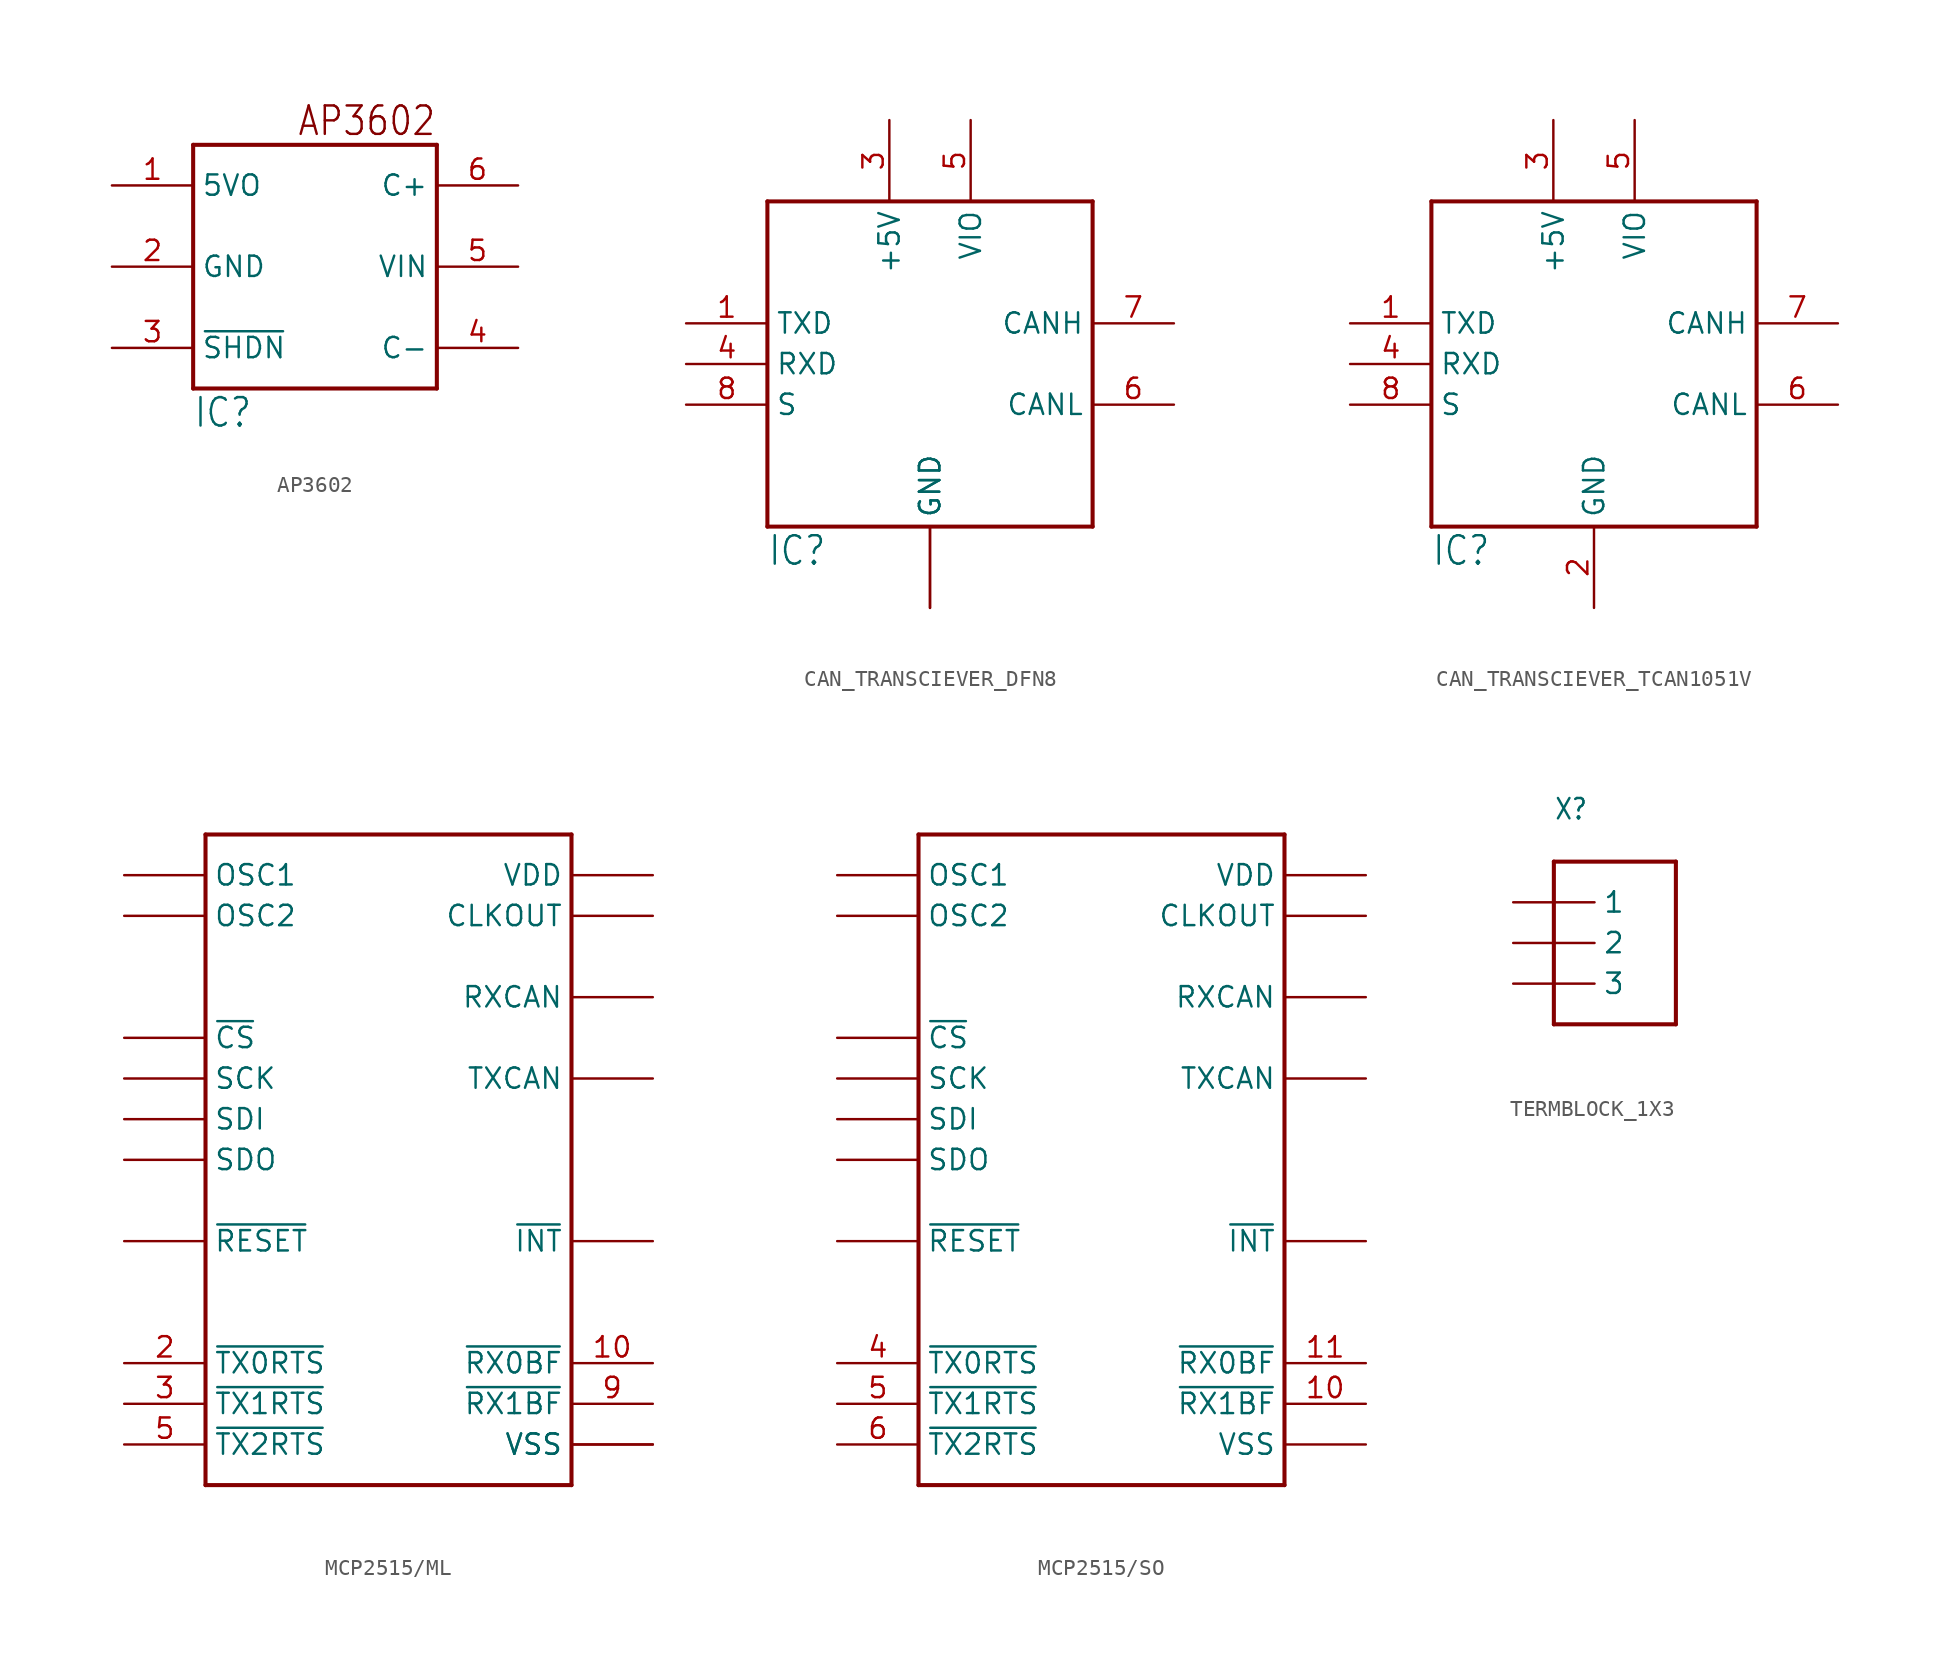
<source format=kicad_sym>
(kicad_symbol_lib
  (version 20231120)
  (generator "kicad_symbol_editor")
  (generator_version "8.0")
  (symbol "AP3602"
    (property "Reference" "IC"
      (at -7.62 -10.16 0)
      (effects (font (size 1.778 1.511)) (justify left bottom)))
    (property "ki_locked" ""
      (at 0 0 0)
      (effects (font (size 1.27 1.27))))
    (symbol "AP3602_1_0"
      (polyline (pts (xy -7.62 -7.62) (xy -7.62 7.62)) (stroke (width 0.254) (type solid)) (fill (type none)))
      (polyline (pts (xy -7.62 7.62) (xy 7.62 7.62)) (stroke (width 0.254) (type solid)) (fill (type none)))
      (polyline (pts (xy 7.62 -7.62) (xy -7.62 -7.62)) (stroke (width 0.254) (type solid)) (fill (type none)))
      (polyline (pts (xy 7.62 7.62) (xy 7.62 -7.62)) (stroke (width 0.254) (type solid)) (fill (type none)))
      (text "AP3602" (at 7.62 10.16 0) (effects (font (size 1.778 1.511)) (justify right top)))
      (pin power_in line (at -12.7 5.08 0) (length 5.08) (name "5VO" (effects (font (size 1.27 1.27)))) (number "1" (effects (font (size 1.27 1.27)))))
      (pin power_in line (at -12.7 0 0) (length 5.08) (name "GND" (effects (font (size 1.27 1.27)))) (number "2" (effects (font (size 1.27 1.27)))))
      (pin input line (at -12.7 -5.08 0) (length 5.08) (name "~{SHDN}" (effects (font (size 1.27 1.27)))) (number "3" (effects (font (size 1.27 1.27)))))
      (pin bidirectional line (at 12.7 -5.08 180) (length 5.08) (name "C-" (effects (font (size 1.27 1.27)))) (number "4" (effects (font (size 1.27 1.27)))))
      (pin power_in line (at 12.7 0 180) (length 5.08) (name "VIN" (effects (font (size 1.27 1.27)))) (number "5" (effects (font (size 1.27 1.27)))))
      (pin bidirectional line (at 12.7 5.08 180) (length 5.08) (name "C+" (effects (font (size 1.27 1.27)))) (number "6" (effects (font (size 1.27 1.27)))))))
  (symbol "CAN_TRANSCIEVER_DFN8"
    (property "Reference" "IC"
      (at -10.16 -12.7 0)
      (effects (font (size 1.778 1.511)) (justify left bottom)))
    (property "Value" ""
      (at 2.54 -12.7 0)
      (effects (font (size 1.778 1.511)) (justify left bottom)))
    (property "ki_locked" ""
      (at 0 0 0)
      (effects (font (size 1.27 1.27))))
    (symbol "CAN_TRANSCIEVER_DFN8_1_0"
      (polyline (pts (xy -10.16 -10.16) (xy -10.16 10.16)) (stroke (width 0.254) (type solid)) (fill (type none)))
      (polyline (pts (xy -10.16 10.16) (xy 10.16 10.16)) (stroke (width 0.254) (type solid)) (fill (type none)))
      (polyline (pts (xy 10.16 -10.16) (xy -10.16 -10.16)) (stroke (width 0.254) (type solid)) (fill (type none)))
      (polyline (pts (xy 10.16 10.16) (xy 10.16 -10.16)) (stroke (width 0.254) (type solid)) (fill (type none)))
      (pin input line (at -15.24 2.54 0) (length 5.08) (name "TXD" (effects (font (size 1.27 1.27)))) (number "1" (effects (font (size 1.27 1.27)))))
      (pin power_in line (at 0 -15.24 90) (length 5.08) (name "GND" (effects (font (size 1.27 1.27)))) (number "2" (effects (font (size 0 0)))))
      (pin power_in line (at -2.54 15.24 270) (length 5.08) (name "+5V" (effects (font (size 1.27 1.27)))) (number "3" (effects (font (size 1.27 1.27)))))
      (pin output line (at -15.24 0 0) (length 5.08) (name "RXD" (effects (font (size 1.27 1.27)))) (number "4" (effects (font (size 1.27 1.27)))))
      (pin power_in line (at 2.54 15.24 270) (length 5.08) (name "VIO" (effects (font (size 1.27 1.27)))) (number "5" (effects (font (size 1.27 1.27)))))
      (pin bidirectional line (at 15.24 -2.54 180) (length 5.08) (name "CANL" (effects (font (size 1.27 1.27)))) (number "6" (effects (font (size 1.27 1.27)))))
      (pin bidirectional line (at 15.24 2.54 180) (length 5.08) (name "CANH" (effects (font (size 1.27 1.27)))) (number "7" (effects (font (size 1.27 1.27)))))
      (pin input line (at -15.24 -2.54 0) (length 5.08) (name "S" (effects (font (size 1.27 1.27)))) (number "8" (effects (font (size 1.27 1.27)))))
      (pin power_in line (at 0 -15.24 90) (length 5.08) (name "GND" (effects (font (size 1.27 1.27)))) (number "EP" (effects (font (size 0 0)))))))
  (symbol "CAN_TRANSCIEVER_TCAN1051V"
    (property "Reference" "IC"
      (at -10.16 -12.7 0)
      (effects (font (size 1.778 1.511)) (justify left bottom)))
    (property "Value" ""
      (at 2.54 -12.7 0)
      (effects (font (size 1.778 1.511)) (justify left bottom)))
    (property "ki_locked" ""
      (at 0 0 0)
      (effects (font (size 1.27 1.27))))
    (symbol "CAN_TRANSCIEVER_TCAN1051V_1_0"
      (polyline (pts (xy -10.16 -10.16) (xy -10.16 10.16)) (stroke (width 0.254) (type solid)) (fill (type none)))
      (polyline (pts (xy -10.16 10.16) (xy 10.16 10.16)) (stroke (width 0.254) (type solid)) (fill (type none)))
      (polyline (pts (xy 10.16 -10.16) (xy -10.16 -10.16)) (stroke (width 0.254) (type solid)) (fill (type none)))
      (polyline (pts (xy 10.16 10.16) (xy 10.16 -10.16)) (stroke (width 0.254) (type solid)) (fill (type none)))
      (pin input line (at -15.24 2.54 0) (length 5.08) (name "TXD" (effects (font (size 1.27 1.27)))) (number "1" (effects (font (size 1.27 1.27)))))
      (pin power_in line (at 0 -15.24 90) (length 5.08) (name "GND" (effects (font (size 1.27 1.27)))) (number "2" (effects (font (size 1.27 1.27)))))
      (pin power_in line (at -2.54 15.24 270) (length 5.08) (name "+5V" (effects (font (size 1.27 1.27)))) (number "3" (effects (font (size 1.27 1.27)))))
      (pin output line (at -15.24 0 0) (length 5.08) (name "RXD" (effects (font (size 1.27 1.27)))) (number "4" (effects (font (size 1.27 1.27)))))
      (pin power_in line (at 2.54 15.24 270) (length 5.08) (name "VIO" (effects (font (size 1.27 1.27)))) (number "5" (effects (font (size 1.27 1.27)))))
      (pin bidirectional line (at 15.24 -2.54 180) (length 5.08) (name "CANL" (effects (font (size 1.27 1.27)))) (number "6" (effects (font (size 1.27 1.27)))))
      (pin bidirectional line (at 15.24 2.54 180) (length 5.08) (name "CANH" (effects (font (size 1.27 1.27)))) (number "7" (effects (font (size 1.27 1.27)))))
      (pin input line (at -15.24 -2.54 0) (length 5.08) (name "S" (effects (font (size 1.27 1.27)))) (number "8" (effects (font (size 1.27 1.27)))))))
  (symbol "MCP2515/ML"
    (property "Reference" "IC"
      (at 12.7 22.606 0)
      (effects (font (size 1.778 1.511)) (justify right top) (hide yes)))
    (property "ki_locked" ""
      (at 0 0 0)
      (effects (font (size 1.27 1.27))))
    (symbol "MCP2515/ML_1_0"
      (polyline (pts (xy -10.16 -20.32) (xy 12.7 -20.32)) (stroke (width 0.254) (type solid)) (fill (type none)))
      (polyline (pts (xy -10.16 20.32) (xy -10.16 -20.32)) (stroke (width 0.254) (type solid)) (fill (type none)))
      (polyline (pts (xy 12.7 -20.32) (xy 12.7 20.32)) (stroke (width 0.254) (type solid)) (fill (type none)))
      (polyline (pts (xy 12.7 20.32) (xy -10.16 20.32)) (stroke (width 0.254) (type solid)) (fill (type none)))
      (pin output line (at 17.78 15.24 180) (length 5.08) (name "CLKOUT" (effects (font (size 1.27 1.27)))) (number "1" (effects (font (size 0 0)))))
      (pin bidirectional line (at 17.78 -12.7 180) (length 5.08) (name "~{RX0BF}" (effects (font (size 1.27 1.27)))) (number "10" (effects (font (size 1.27 1.27)))))
      (pin bidirectional line (at 17.78 -5.08 180) (length 5.08) (name "~{INT}" (effects (font (size 1.27 1.27)))) (number "11" (effects (font (size 0 0)))))
      (pin input line (at -15.24 5.08 0) (length 5.08) (name "SCK" (effects (font (size 1.27 1.27)))) (number "12" (effects (font (size 0 0)))))
      (pin input line (at -15.24 2.54 0) (length 5.08) (name "SDI" (effects (font (size 1.27 1.27)))) (number "14" (effects (font (size 0 0)))))
      (pin output line (at -15.24 0 0) (length 5.08) (name "SDO" (effects (font (size 1.27 1.27)))) (number "15" (effects (font (size 0 0)))))
      (pin input line (at -15.24 7.62 0) (length 5.08) (name "~{CS}" (effects (font (size 1.27 1.27)))) (number "16" (effects (font (size 0 0)))))
      (pin input line (at -15.24 -5.08 0) (length 5.08) (name "~{RESET}" (effects (font (size 1.27 1.27)))) (number "17" (effects (font (size 0 0)))))
      (pin power_in line (at 17.78 17.78 180) (length 5.08) (name "VDD" (effects (font (size 1.27 1.27)))) (number "18" (effects (font (size 0 0)))))
      (pin bidirectional line (at 17.78 5.08 180) (length 5.08) (name "TXCAN" (effects (font (size 1.27 1.27)))) (number "19" (effects (font (size 0 0)))))
      (pin bidirectional line (at -15.24 -12.7 0) (length 5.08) (name "~{TX0RTS}" (effects (font (size 1.27 1.27)))) (number "2" (effects (font (size 1.27 1.27)))))
      (pin bidirectional line (at 17.78 10.16 180) (length 5.08) (name "RXCAN" (effects (font (size 1.27 1.27)))) (number "20" (effects (font (size 0 0)))))
      (pin bidirectional line (at -15.24 -15.24 0) (length 5.08) (name "~{TX1RTS}" (effects (font (size 1.27 1.27)))) (number "3" (effects (font (size 1.27 1.27)))))
      (pin bidirectional line (at -15.24 -17.78 0) (length 5.08) (name "~{TX2RTS}" (effects (font (size 1.27 1.27)))) (number "5" (effects (font (size 1.27 1.27)))))
      (pin bidirectional line (at -15.24 15.24 0) (length 5.08) (name "OSC2" (effects (font (size 1.27 1.27)))) (number "6" (effects (font (size 0 0)))))
      (pin bidirectional line (at -15.24 17.78 0) (length 5.08) (name "OSC1" (effects (font (size 1.27 1.27)))) (number "7" (effects (font (size 0 0)))))
      (pin power_in line (at 17.78 -17.78 180) (length 5.08) (name "VSS" (effects (font (size 1.27 1.27)))) (number "8" (effects (font (size 0 0)))))
      (pin bidirectional line (at 17.78 -15.24 180) (length 5.08) (name "~{RX1BF}" (effects (font (size 1.27 1.27)))) (number "9" (effects (font (size 1.27 1.27)))))
      (pin power_in line (at 17.78 -17.78 180) (length 5.08) (name "VSS" (effects (font (size 1.27 1.27)))) (number "EP" (effects (font (size 0 0)))))))
  (symbol "MCP2515/SO"
    (property "Reference" "IC"
      (at 12.7 22.606 0)
      (effects (font (size 1.778 1.511)) (justify right top) (hide yes)))
    (property "ki_locked" ""
      (at 0 0 0)
      (effects (font (size 1.27 1.27))))
    (symbol "MCP2515/SO_1_0"
      (polyline (pts (xy -10.16 -20.32) (xy 12.7 -20.32)) (stroke (width 0.254) (type solid)) (fill (type none)))
      (polyline (pts (xy -10.16 20.32) (xy -10.16 -20.32)) (stroke (width 0.254) (type solid)) (fill (type none)))
      (polyline (pts (xy 12.7 -20.32) (xy 12.7 20.32)) (stroke (width 0.254) (type solid)) (fill (type none)))
      (polyline (pts (xy 12.7 20.32) (xy -10.16 20.32)) (stroke (width 0.254) (type solid)) (fill (type none)))
      (pin bidirectional line (at 17.78 5.08 180) (length 5.08) (name "TXCAN" (effects (font (size 1.27 1.27)))) (number "1" (effects (font (size 0 0)))))
      (pin bidirectional line (at 17.78 -15.24 180) (length 5.08) (name "~{RX1BF}" (effects (font (size 1.27 1.27)))) (number "10" (effects (font (size 1.27 1.27)))))
      (pin bidirectional line (at 17.78 -12.7 180) (length 5.08) (name "~{RX0BF}" (effects (font (size 1.27 1.27)))) (number "11" (effects (font (size 1.27 1.27)))))
      (pin bidirectional line (at 17.78 -5.08 180) (length 5.08) (name "~{INT}" (effects (font (size 1.27 1.27)))) (number "12" (effects (font (size 0 0)))))
      (pin input line (at -15.24 5.08 0) (length 5.08) (name "SCK" (effects (font (size 1.27 1.27)))) (number "13" (effects (font (size 0 0)))))
      (pin input line (at -15.24 2.54 0) (length 5.08) (name "SDI" (effects (font (size 1.27 1.27)))) (number "14" (effects (font (size 0 0)))))
      (pin output line (at -15.24 0 0) (length 5.08) (name "SDO" (effects (font (size 1.27 1.27)))) (number "15" (effects (font (size 0 0)))))
      (pin input line (at -15.24 7.62 0) (length 5.08) (name "~{CS}" (effects (font (size 1.27 1.27)))) (number "16" (effects (font (size 0 0)))))
      (pin input line (at -15.24 -5.08 0) (length 5.08) (name "~{RESET}" (effects (font (size 1.27 1.27)))) (number "17" (effects (font (size 0 0)))))
      (pin power_in line (at 17.78 17.78 180) (length 5.08) (name "VDD" (effects (font (size 1.27 1.27)))) (number "18" (effects (font (size 0 0)))))
      (pin bidirectional line (at 17.78 10.16 180) (length 5.08) (name "RXCAN" (effects (font (size 1.27 1.27)))) (number "2" (effects (font (size 0 0)))))
      (pin output line (at 17.78 15.24 180) (length 5.08) (name "CLKOUT" (effects (font (size 1.27 1.27)))) (number "3" (effects (font (size 0 0)))))
      (pin bidirectional line (at -15.24 -12.7 0) (length 5.08) (name "~{TX0RTS}" (effects (font (size 1.27 1.27)))) (number "4" (effects (font (size 1.27 1.27)))))
      (pin bidirectional line (at -15.24 -15.24 0) (length 5.08) (name "~{TX1RTS}" (effects (font (size 1.27 1.27)))) (number "5" (effects (font (size 1.27 1.27)))))
      (pin bidirectional line (at -15.24 -17.78 0) (length 5.08) (name "~{TX2RTS}" (effects (font (size 1.27 1.27)))) (number "6" (effects (font (size 1.27 1.27)))))
      (pin bidirectional line (at -15.24 15.24 0) (length 5.08) (name "OSC2" (effects (font (size 1.27 1.27)))) (number "7" (effects (font (size 0 0)))))
      (pin bidirectional line (at -15.24 17.78 0) (length 5.08) (name "OSC1" (effects (font (size 1.27 1.27)))) (number "8" (effects (font (size 0 0)))))
      (pin power_in line (at 17.78 -17.78 180) (length 5.08) (name "VSS" (effects (font (size 1.27 1.27)))) (number "9" (effects (font (size 0 0)))))))
  (symbol "TERMBLOCK_1X3"
    (property "Reference" "X"
      (at -2.54 7.62 0)
      (effects (font (size 1.27 1.079)) (justify left bottom)))
    (property "Value" ""
      (at -2.54 -7.62 0)
      (effects (font (size 1.27 1.079)) (justify left bottom)))
    (property "ki_locked" ""
      (at 0 0 0)
      (effects (font (size 1.27 1.27))))
    (symbol "TERMBLOCK_1X3_1_0"
      (polyline (pts (xy -2.54 -5.08) (xy 5.08 -5.08)) (stroke (width 0.254) (type solid)) (fill (type none)))
      (polyline (pts (xy -2.54 5.08) (xy -2.54 -5.08)) (stroke (width 0.254) (type solid)) (fill (type none)))
      (polyline (pts (xy 5.08 -5.08) (xy 5.08 5.08)) (stroke (width 0.254) (type solid)) (fill (type none)))
      (polyline (pts (xy 5.08 5.08) (xy -2.54 5.08)) (stroke (width 0.254) (type solid)) (fill (type none)))
      (pin passive line (at -5.08 2.54 0) (length 5.08) (name "1" (effects (font (size 1.27 1.27)))) (number "1" (effects (font (size 0 0)))))
      (pin passive line (at -5.08 0 0) (length 5.08) (name "2" (effects (font (size 1.27 1.27)))) (number "2" (effects (font (size 0 0)))))
      (pin passive line (at -5.08 -2.54 0) (length 5.08) (name "3" (effects (font (size 1.27 1.27)))) (number "3" (effects (font (size 0 0))))))))
</source>
